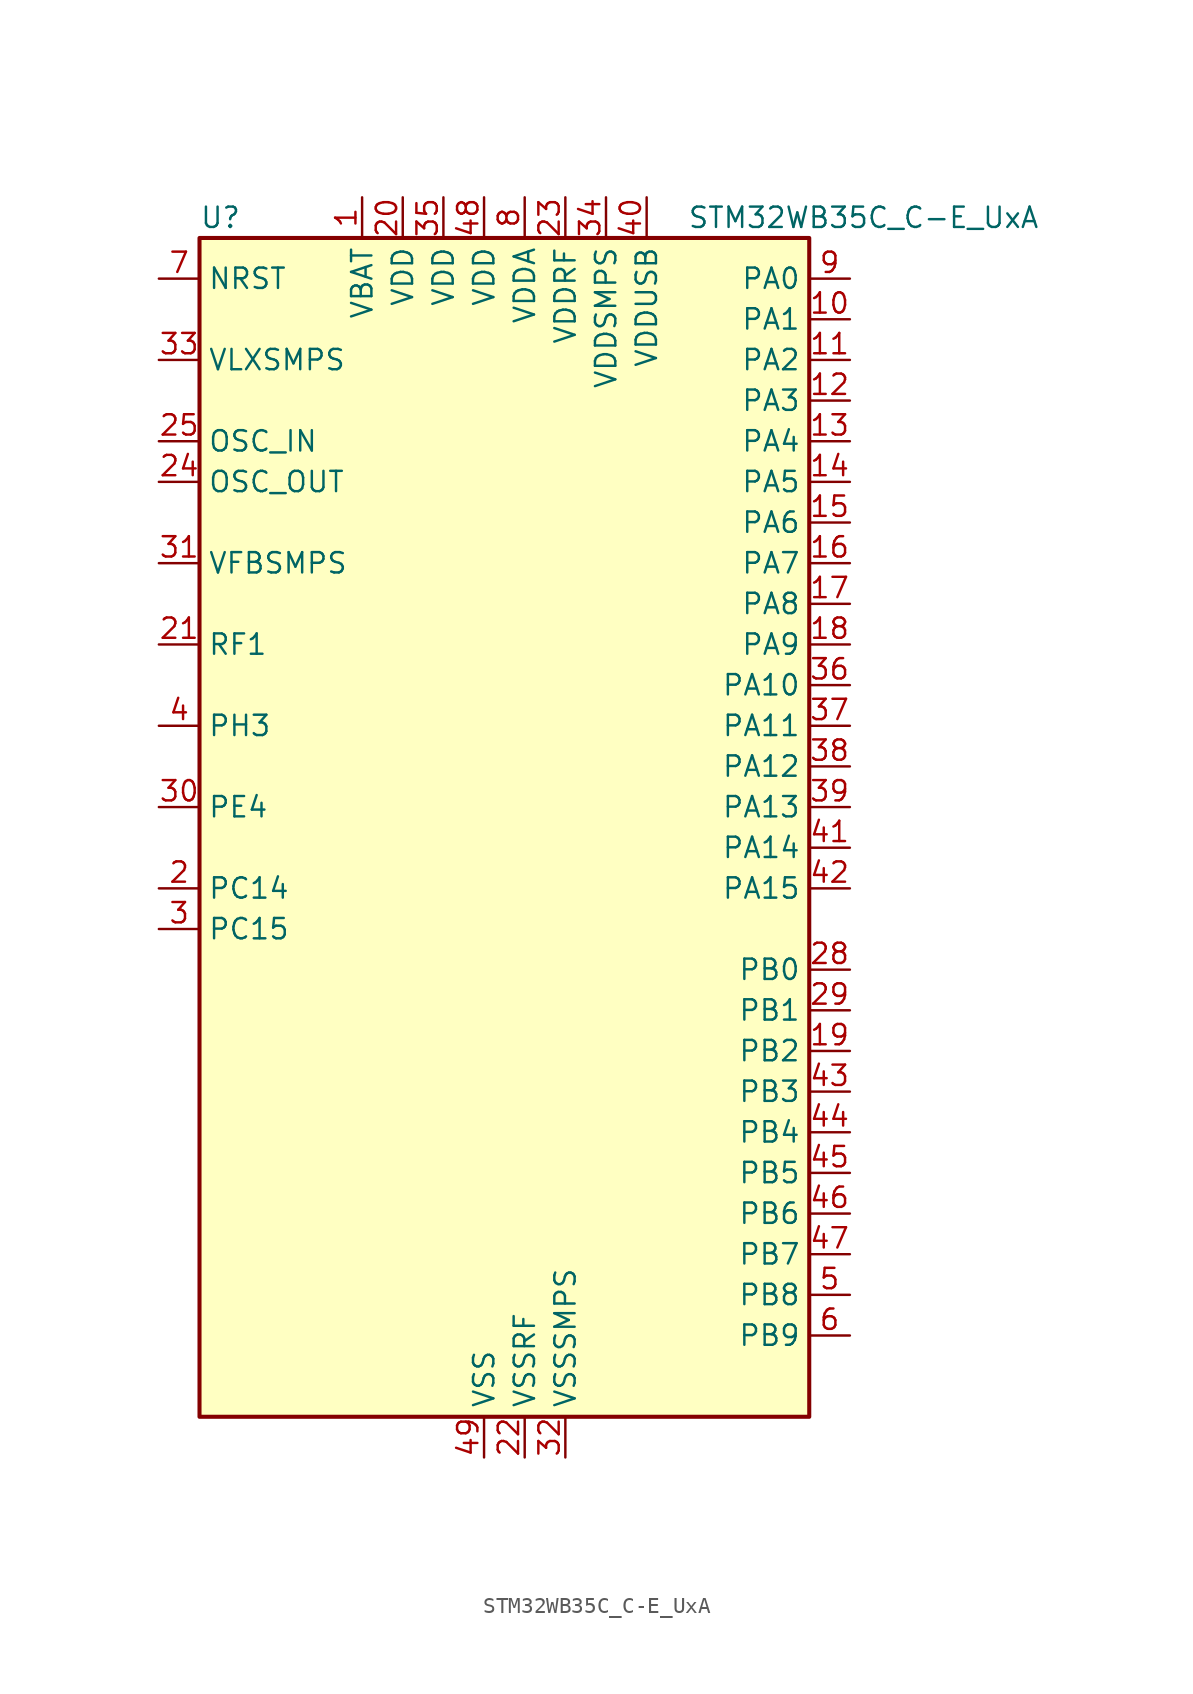
<source format=kicad_sym>
(kicad_symbol_lib
  (version 20231120)
  (generator "kicad_symbol_editor")
  (generator_version "8.0")
  (symbol "STM32WB35C_C-E_UxA"
    (property "Reference" "U"
      (at -17.78 39.37 0)
      (effects (font (size 1.27 1.27)) (justify left)))
    (property "Value" "STM32WB35C_C-E_UxA"
      (at 12.7 39.37 0)
      (effects (font (size 1.27 1.27)) (justify left)))
    (property "ki_locked" ""
      (at 0 0 0)
      (effects (font (size 1.27 1.27))))
    (symbol "STM32WB35C_C-E_UxA_0_1"
      (rectangle (start -17.78 -35.56) (end 20.32 38.1) (stroke (width 0.254) (type default)) (fill (type background))))
    (symbol "STM32WB35C_C-E_UxA_1_1"
      (pin power_in line (at -7.62 40.64 270) (length 2.54) (name "VBAT" (effects (font (size 1.27 1.27)))) (number "1" (effects (font (size 1.27 1.27)))))
      (pin bidirectional line (at 22.86 33.02 180) (length 2.54) (name "PA1" (effects (font (size 1.27 1.27)))) (number "10" (effects (font (size 1.27 1.27)))) (alternate "ADC1_IN6" bidirectional line) (alternate "COMP1_INP" bidirectional line) (alternate "I2C1_SMBA" bidirectional line) (alternate "SPI1_SCK" bidirectional line) (alternate "TIM2_CH2" bidirectional line))
      (pin bidirectional line (at 22.86 30.48 180) (length 2.54) (name "PA2" (effects (font (size 1.27 1.27)))) (number "11" (effects (font (size 1.27 1.27)))) (alternate "ADC1_IN7" bidirectional line) (alternate "COMP2_INM" bidirectional line) (alternate "COMP2_OUT" bidirectional line) (alternate "LPUART1_TX" bidirectional line) (alternate "QUADSPI_BK1_NCS" bidirectional line) (alternate "RCC_LSCO" bidirectional line) (alternate "SYS_WKUP4" bidirectional line) (alternate "TIM2_CH3" bidirectional line))
      (pin bidirectional line (at 22.86 27.94 180) (length 2.54) (name "PA3" (effects (font (size 1.27 1.27)))) (number "12" (effects (font (size 1.27 1.27)))) (alternate "ADC1_IN8" bidirectional line) (alternate "COMP2_INP" bidirectional line) (alternate "LPUART1_RX" bidirectional line) (alternate "QUADSPI_CLK" bidirectional line) (alternate "SAI1_CK1" bidirectional line) (alternate "SAI1_MCLK_A" bidirectional line) (alternate "TIM2_CH4" bidirectional line))
      (pin bidirectional line (at 22.86 25.4 180) (length 2.54) (name "PA4" (effects (font (size 1.27 1.27)))) (number "13" (effects (font (size 1.27 1.27)))) (alternate "ADC1_IN9" bidirectional line) (alternate "COMP1_INM" bidirectional line) (alternate "COMP2_INM" bidirectional line) (alternate "LPTIM2_OUT" bidirectional line) (alternate "SAI1_FS_B" bidirectional line) (alternate "SPI1_NSS" bidirectional line))
      (pin bidirectional line (at 22.86 22.86 180) (length 2.54) (name "PA5" (effects (font (size 1.27 1.27)))) (number "14" (effects (font (size 1.27 1.27)))) (alternate "ADC1_IN10" bidirectional line) (alternate "COMP1_INM" bidirectional line) (alternate "COMP2_INM" bidirectional line) (alternate "LPTIM2_ETR" bidirectional line) (alternate "SAI1_SD_B" bidirectional line) (alternate "SPI1_SCK" bidirectional line) (alternate "TIM2_CH1" bidirectional line) (alternate "TIM2_ETR" bidirectional line))
      (pin bidirectional line (at 22.86 20.32 180) (length 2.54) (name "PA6" (effects (font (size 1.27 1.27)))) (number "15" (effects (font (size 1.27 1.27)))) (alternate "ADC1_IN11" bidirectional line) (alternate "LPUART1_CTS" bidirectional line) (alternate "QUADSPI_BK1_IO3" bidirectional line) (alternate "SPI1_MISO" bidirectional line) (alternate "TIM16_CH1" bidirectional line) (alternate "TIM1_BKIN" bidirectional line))
      (pin bidirectional line (at 22.86 17.78 180) (length 2.54) (name "PA7" (effects (font (size 1.27 1.27)))) (number "16" (effects (font (size 1.27 1.27)))) (alternate "ADC1_IN12" bidirectional line) (alternate "COMP2_OUT" bidirectional line) (alternate "I2C3_SCL" bidirectional line) (alternate "QUADSPI_BK1_IO2" bidirectional line) (alternate "SPI1_MOSI" bidirectional line) (alternate "TIM17_CH1" bidirectional line) (alternate "TIM1_CH1N" bidirectional line))
      (pin bidirectional line (at 22.86 15.24 180) (length 2.54) (name "PA8" (effects (font (size 1.27 1.27)))) (number "17" (effects (font (size 1.27 1.27)))) (alternate "ADC1_IN15" bidirectional line) (alternate "LPTIM2_OUT" bidirectional line) (alternate "RCC_MCO" bidirectional line) (alternate "SAI1_CK2" bidirectional line) (alternate "SAI1_SCK_A" bidirectional line) (alternate "TIM1_CH1" bidirectional line) (alternate "USART1_CK" bidirectional line))
      (pin bidirectional line (at 22.86 12.7 180) (length 2.54) (name "PA9" (effects (font (size 1.27 1.27)))) (number "18" (effects (font (size 1.27 1.27)))) (alternate "ADC1_IN16" bidirectional line) (alternate "COMP1_INM" bidirectional line) (alternate "I2C1_SCL" bidirectional line) (alternate "SAI1_D2" bidirectional line) (alternate "SAI1_FS_A" bidirectional line) (alternate "TIM1_CH2" bidirectional line) (alternate "USART1_TX" bidirectional line))
      (pin bidirectional line (at 22.86 -12.7 180) (length 2.54) (name "PB2" (effects (font (size 1.27 1.27)))) (number "19" (effects (font (size 1.27 1.27)))) (alternate "COMP1_INP" bidirectional line) (alternate "I2C3_SMBA" bidirectional line) (alternate "LPTIM1_OUT" bidirectional line) (alternate "RTC_OUT2" bidirectional line) (alternate "SAI1_EXTCLK" bidirectional line) (alternate "SPI1_NSS" bidirectional line))
      (pin bidirectional line (at -20.32 -2.54 0) (length 2.54) (name "PC14" (effects (font (size 1.27 1.27)))) (number "2" (effects (font (size 1.27 1.27)))) (alternate "RCC_OSC32_IN" bidirectional line))
      (pin power_in line (at -5.08 40.64 270) (length 2.54) (name "VDD" (effects (font (size 1.27 1.27)))) (number "20" (effects (font (size 1.27 1.27)))))
      (pin bidirectional line (at -20.32 12.7 0) (length 2.54) (name "RF1" (effects (font (size 1.27 1.27)))) (number "21" (effects (font (size 1.27 1.27)))) (alternate "RF_RF1" bidirectional line))
      (pin power_in line (at 2.54 -38.1 90) (length 2.54) (name "VSSRF" (effects (font (size 1.27 1.27)))) (number "22" (effects (font (size 1.27 1.27)))))
      (pin power_in line (at 5.08 40.64 270) (length 2.54) (name "VDDRF" (effects (font (size 1.27 1.27)))) (number "23" (effects (font (size 1.27 1.27)))))
      (pin input line (at -20.32 22.86 0) (length 2.54) (name "OSC_OUT" (effects (font (size 1.27 1.27)))) (number "24" (effects (font (size 1.27 1.27)))) (alternate "RCC_OSC_OUT" bidirectional line))
      (pin input line (at -20.32 25.4 0) (length 2.54) (name "OSC_IN" (effects (font (size 1.27 1.27)))) (number "25" (effects (font (size 1.27 1.27)))) (alternate "RCC_OSC_IN" bidirectional line))
      (pin no_connect line (at -17.78 -35.56 0) (length 2.54) hide (name "AT0" (effects (font (size 1.27 1.27)))) (number "26" (effects (font (size 1.27 1.27)))))
      (pin no_connect line (at -17.78 -33.02 0) (length 2.54) hide (name "AT1" (effects (font (size 1.27 1.27)))) (number "27" (effects (font (size 1.27 1.27)))))
      (pin bidirectional line (at 22.86 -7.62 180) (length 2.54) (name "PB0" (effects (font (size 1.27 1.27)))) (number "28" (effects (font (size 1.27 1.27)))) (alternate "COMP1_OUT" bidirectional line) (alternate "RF_TX_MOD_EXT_PA" bidirectional line))
      (pin bidirectional line (at 22.86 -10.16 180) (length 2.54) (name "PB1" (effects (font (size 1.27 1.27)))) (number "29" (effects (font (size 1.27 1.27)))) (alternate "LPTIM2_IN1" bidirectional line) (alternate "LPUART1_DE" bidirectional line) (alternate "LPUART1_RTS" bidirectional line))
      (pin bidirectional line (at -20.32 -5.08 0) (length 2.54) (name "PC15" (effects (font (size 1.27 1.27)))) (number "3" (effects (font (size 1.27 1.27)))) (alternate "ADC1_EXTI15" bidirectional line) (alternate "RCC_OSC32_OUT" bidirectional line))
      (pin bidirectional line (at -20.32 2.54 0) (length 2.54) (name "PE4" (effects (font (size 1.27 1.27)))) (number "30" (effects (font (size 1.27 1.27)))))
      (pin input line (at -20.32 17.78 0) (length 2.54) (name "VFBSMPS" (effects (font (size 1.27 1.27)))) (number "31" (effects (font (size 1.27 1.27)))))
      (pin power_in line (at 5.08 -38.1 90) (length 2.54) (name "VSSSMPS" (effects (font (size 1.27 1.27)))) (number "32" (effects (font (size 1.27 1.27)))))
      (pin power_in line (at -20.32 30.48 0) (length 2.54) (name "VLXSMPS" (effects (font (size 1.27 1.27)))) (number "33" (effects (font (size 1.27 1.27)))))
      (pin power_in line (at 7.62 40.64 270) (length 2.54) (name "VDDSMPS" (effects (font (size 1.27 1.27)))) (number "34" (effects (font (size 1.27 1.27)))))
      (pin power_in line (at -2.54 40.64 270) (length 2.54) (name "VDD" (effects (font (size 1.27 1.27)))) (number "35" (effects (font (size 1.27 1.27)))))
      (pin bidirectional line (at 22.86 10.16 180) (length 2.54) (name "PA10" (effects (font (size 1.27 1.27)))) (number "36" (effects (font (size 1.27 1.27)))) (alternate "CRS_SYNC" bidirectional line) (alternate "I2C1_SDA" bidirectional line) (alternate "SAI1_D1" bidirectional line) (alternate "SAI1_SD_A" bidirectional line) (alternate "TIM17_BKIN" bidirectional line) (alternate "TIM1_CH3" bidirectional line) (alternate "USART1_RX" bidirectional line))
      (pin bidirectional line (at 22.86 7.62 180) (length 2.54) (name "PA11" (effects (font (size 1.27 1.27)))) (number "37" (effects (font (size 1.27 1.27)))) (alternate "ADC1_EXTI11" bidirectional line) (alternate "SPI1_MISO" bidirectional line) (alternate "TIM1_BKIN2" bidirectional line) (alternate "TIM1_CH4" bidirectional line) (alternate "USART1_CTS" bidirectional line) (alternate "USART1_NSS" bidirectional line) (alternate "USB_DM" bidirectional line))
      (pin bidirectional line (at 22.86 5.08 180) (length 2.54) (name "PA12" (effects (font (size 1.27 1.27)))) (number "38" (effects (font (size 1.27 1.27)))) (alternate "LPUART1_RX" bidirectional line) (alternate "SPI1_MOSI" bidirectional line) (alternate "TIM1_ETR" bidirectional line) (alternate "USART1_DE" bidirectional line) (alternate "USART1_RTS" bidirectional line) (alternate "USB_DP" bidirectional line))
      (pin bidirectional line (at 22.86 2.54 180) (length 2.54) (name "PA13" (effects (font (size 1.27 1.27)))) (number "39" (effects (font (size 1.27 1.27)))) (alternate "IR_OUT" bidirectional line) (alternate "SAI1_SD_B" bidirectional line) (alternate "SYS_JTMS-SWDIO" bidirectional line) (alternate "USB_NOE" bidirectional line))
      (pin bidirectional line (at -20.32 7.62 0) (length 2.54) (name "PH3" (effects (font (size 1.27 1.27)))) (number "4" (effects (font (size 1.27 1.27)))) (alternate "RCC_LSCO" bidirectional line))
      (pin power_in line (at 10.16 40.64 270) (length 2.54) (name "VDDUSB" (effects (font (size 1.27 1.27)))) (number "40" (effects (font (size 1.27 1.27)))))
      (pin bidirectional line (at 22.86 0 180) (length 2.54) (name "PA14" (effects (font (size 1.27 1.27)))) (number "41" (effects (font (size 1.27 1.27)))) (alternate "I2C1_SMBA" bidirectional line) (alternate "LPTIM1_OUT" bidirectional line) (alternate "SAI1_FS_B" bidirectional line) (alternate "SYS_JTCK-SWCLK" bidirectional line))
      (pin bidirectional line (at 22.86 -2.54 180) (length 2.54) (name "PA15" (effects (font (size 1.27 1.27)))) (number "42" (effects (font (size 1.27 1.27)))) (alternate "ADC1_EXTI15" bidirectional line) (alternate "RCC_MCO" bidirectional line) (alternate "SPI1_NSS" bidirectional line) (alternate "SYS_JTDI" bidirectional line) (alternate "TIM2_CH1" bidirectional line) (alternate "TIM2_ETR" bidirectional line))
      (pin bidirectional line (at 22.86 -15.24 180) (length 2.54) (name "PB3" (effects (font (size 1.27 1.27)))) (number "43" (effects (font (size 1.27 1.27)))) (alternate "COMP2_INM" bidirectional line) (alternate "SAI1_SCK_B" bidirectional line) (alternate "SPI1_SCK" bidirectional line) (alternate "SYS_JTDO-SWO" bidirectional line) (alternate "TIM2_CH2" bidirectional line) (alternate "USART1_DE" bidirectional line) (alternate "USART1_RTS" bidirectional line))
      (pin bidirectional line (at 22.86 -17.78 180) (length 2.54) (name "PB4" (effects (font (size 1.27 1.27)))) (number "44" (effects (font (size 1.27 1.27)))) (alternate "COMP2_INP" bidirectional line) (alternate "I2C3_SDA" bidirectional line) (alternate "SAI1_MCLK_B" bidirectional line) (alternate "SPI1_MISO" bidirectional line) (alternate "SYS_JTRST" bidirectional line) (alternate "TIM17_BKIN" bidirectional line) (alternate "USART1_CTS" bidirectional line) (alternate "USART1_NSS" bidirectional line))
      (pin bidirectional line (at 22.86 -20.32 180) (length 2.54) (name "PB5" (effects (font (size 1.27 1.27)))) (number "45" (effects (font (size 1.27 1.27)))) (alternate "COMP2_OUT" bidirectional line) (alternate "I2C1_SMBA" bidirectional line) (alternate "LPTIM1_IN1" bidirectional line) (alternate "LPUART1_TX" bidirectional line) (alternate "SAI1_SD_B" bidirectional line) (alternate "SPI1_MOSI" bidirectional line) (alternate "TIM16_BKIN" bidirectional line) (alternate "USART1_CK" bidirectional line))
      (pin bidirectional line (at 22.86 -22.86 180) (length 2.54) (name "PB6" (effects (font (size 1.27 1.27)))) (number "46" (effects (font (size 1.27 1.27)))) (alternate "COMP2_INP" bidirectional line) (alternate "I2C1_SCL" bidirectional line) (alternate "LPTIM1_ETR" bidirectional line) (alternate "RCC_MCO" bidirectional line) (alternate "SAI1_FS_B" bidirectional line) (alternate "TIM16_CH1N" bidirectional line) (alternate "USART1_TX" bidirectional line))
      (pin bidirectional line (at 22.86 -25.4 180) (length 2.54) (name "PB7" (effects (font (size 1.27 1.27)))) (number "47" (effects (font (size 1.27 1.27)))) (alternate "COMP2_INM" bidirectional line) (alternate "I2C1_SDA" bidirectional line) (alternate "LPTIM1_IN2" bidirectional line) (alternate "SYS_PVD_IN" bidirectional line) (alternate "TIM17_CH1N" bidirectional line) (alternate "TIM1_BKIN" bidirectional line) (alternate "USART1_RX" bidirectional line))
      (pin power_in line (at 0 40.64 270) (length 2.54) (name "VDD" (effects (font (size 1.27 1.27)))) (number "48" (effects (font (size 1.27 1.27)))))
      (pin power_in line (at 0 -38.1 90) (length 2.54) (name "VSS" (effects (font (size 1.27 1.27)))) (number "49" (effects (font (size 1.27 1.27)))))
      (pin bidirectional line (at 22.86 -27.94 180) (length 2.54) (name "PB8" (effects (font (size 1.27 1.27)))) (number "5" (effects (font (size 1.27 1.27)))) (alternate "I2C1_SCL" bidirectional line) (alternate "QUADSPI_BK1_IO1" bidirectional line) (alternate "SAI1_CK1" bidirectional line) (alternate "SAI1_MCLK_A" bidirectional line) (alternate "TIM16_CH1" bidirectional line) (alternate "TIM1_CH2N" bidirectional line))
      (pin bidirectional line (at 22.86 -30.48 180) (length 2.54) (name "PB9" (effects (font (size 1.27 1.27)))) (number "6" (effects (font (size 1.27 1.27)))) (alternate "I2C1_SDA" bidirectional line) (alternate "IR_OUT" bidirectional line) (alternate "QUADSPI_BK1_IO0" bidirectional line) (alternate "SAI1_D2" bidirectional line) (alternate "SAI1_FS_A" bidirectional line) (alternate "TIM17_CH1" bidirectional line) (alternate "TIM1_CH3N" bidirectional line))
      (pin input line (at -20.32 35.56 0) (length 2.54) (name "NRST" (effects (font (size 1.27 1.27)))) (number "7" (effects (font (size 1.27 1.27)))))
      (pin power_in line (at 2.54 40.64 270) (length 2.54) (name "VDDA" (effects (font (size 1.27 1.27)))) (number "8" (effects (font (size 1.27 1.27)))))
      (pin bidirectional line (at 22.86 35.56 180) (length 2.54) (name "PA0" (effects (font (size 1.27 1.27)))) (number "9" (effects (font (size 1.27 1.27)))) (alternate "ADC1_IN5" bidirectional line) (alternate "COMP1_INM" bidirectional line) (alternate "COMP1_OUT" bidirectional line) (alternate "RTC_TAMP2" bidirectional line) (alternate "SAI1_EXTCLK" bidirectional line) (alternate "SYS_WKUP1" bidirectional line) (alternate "TIM2_CH1" bidirectional line) (alternate "TIM2_ETR" bidirectional line)))))
</source>
